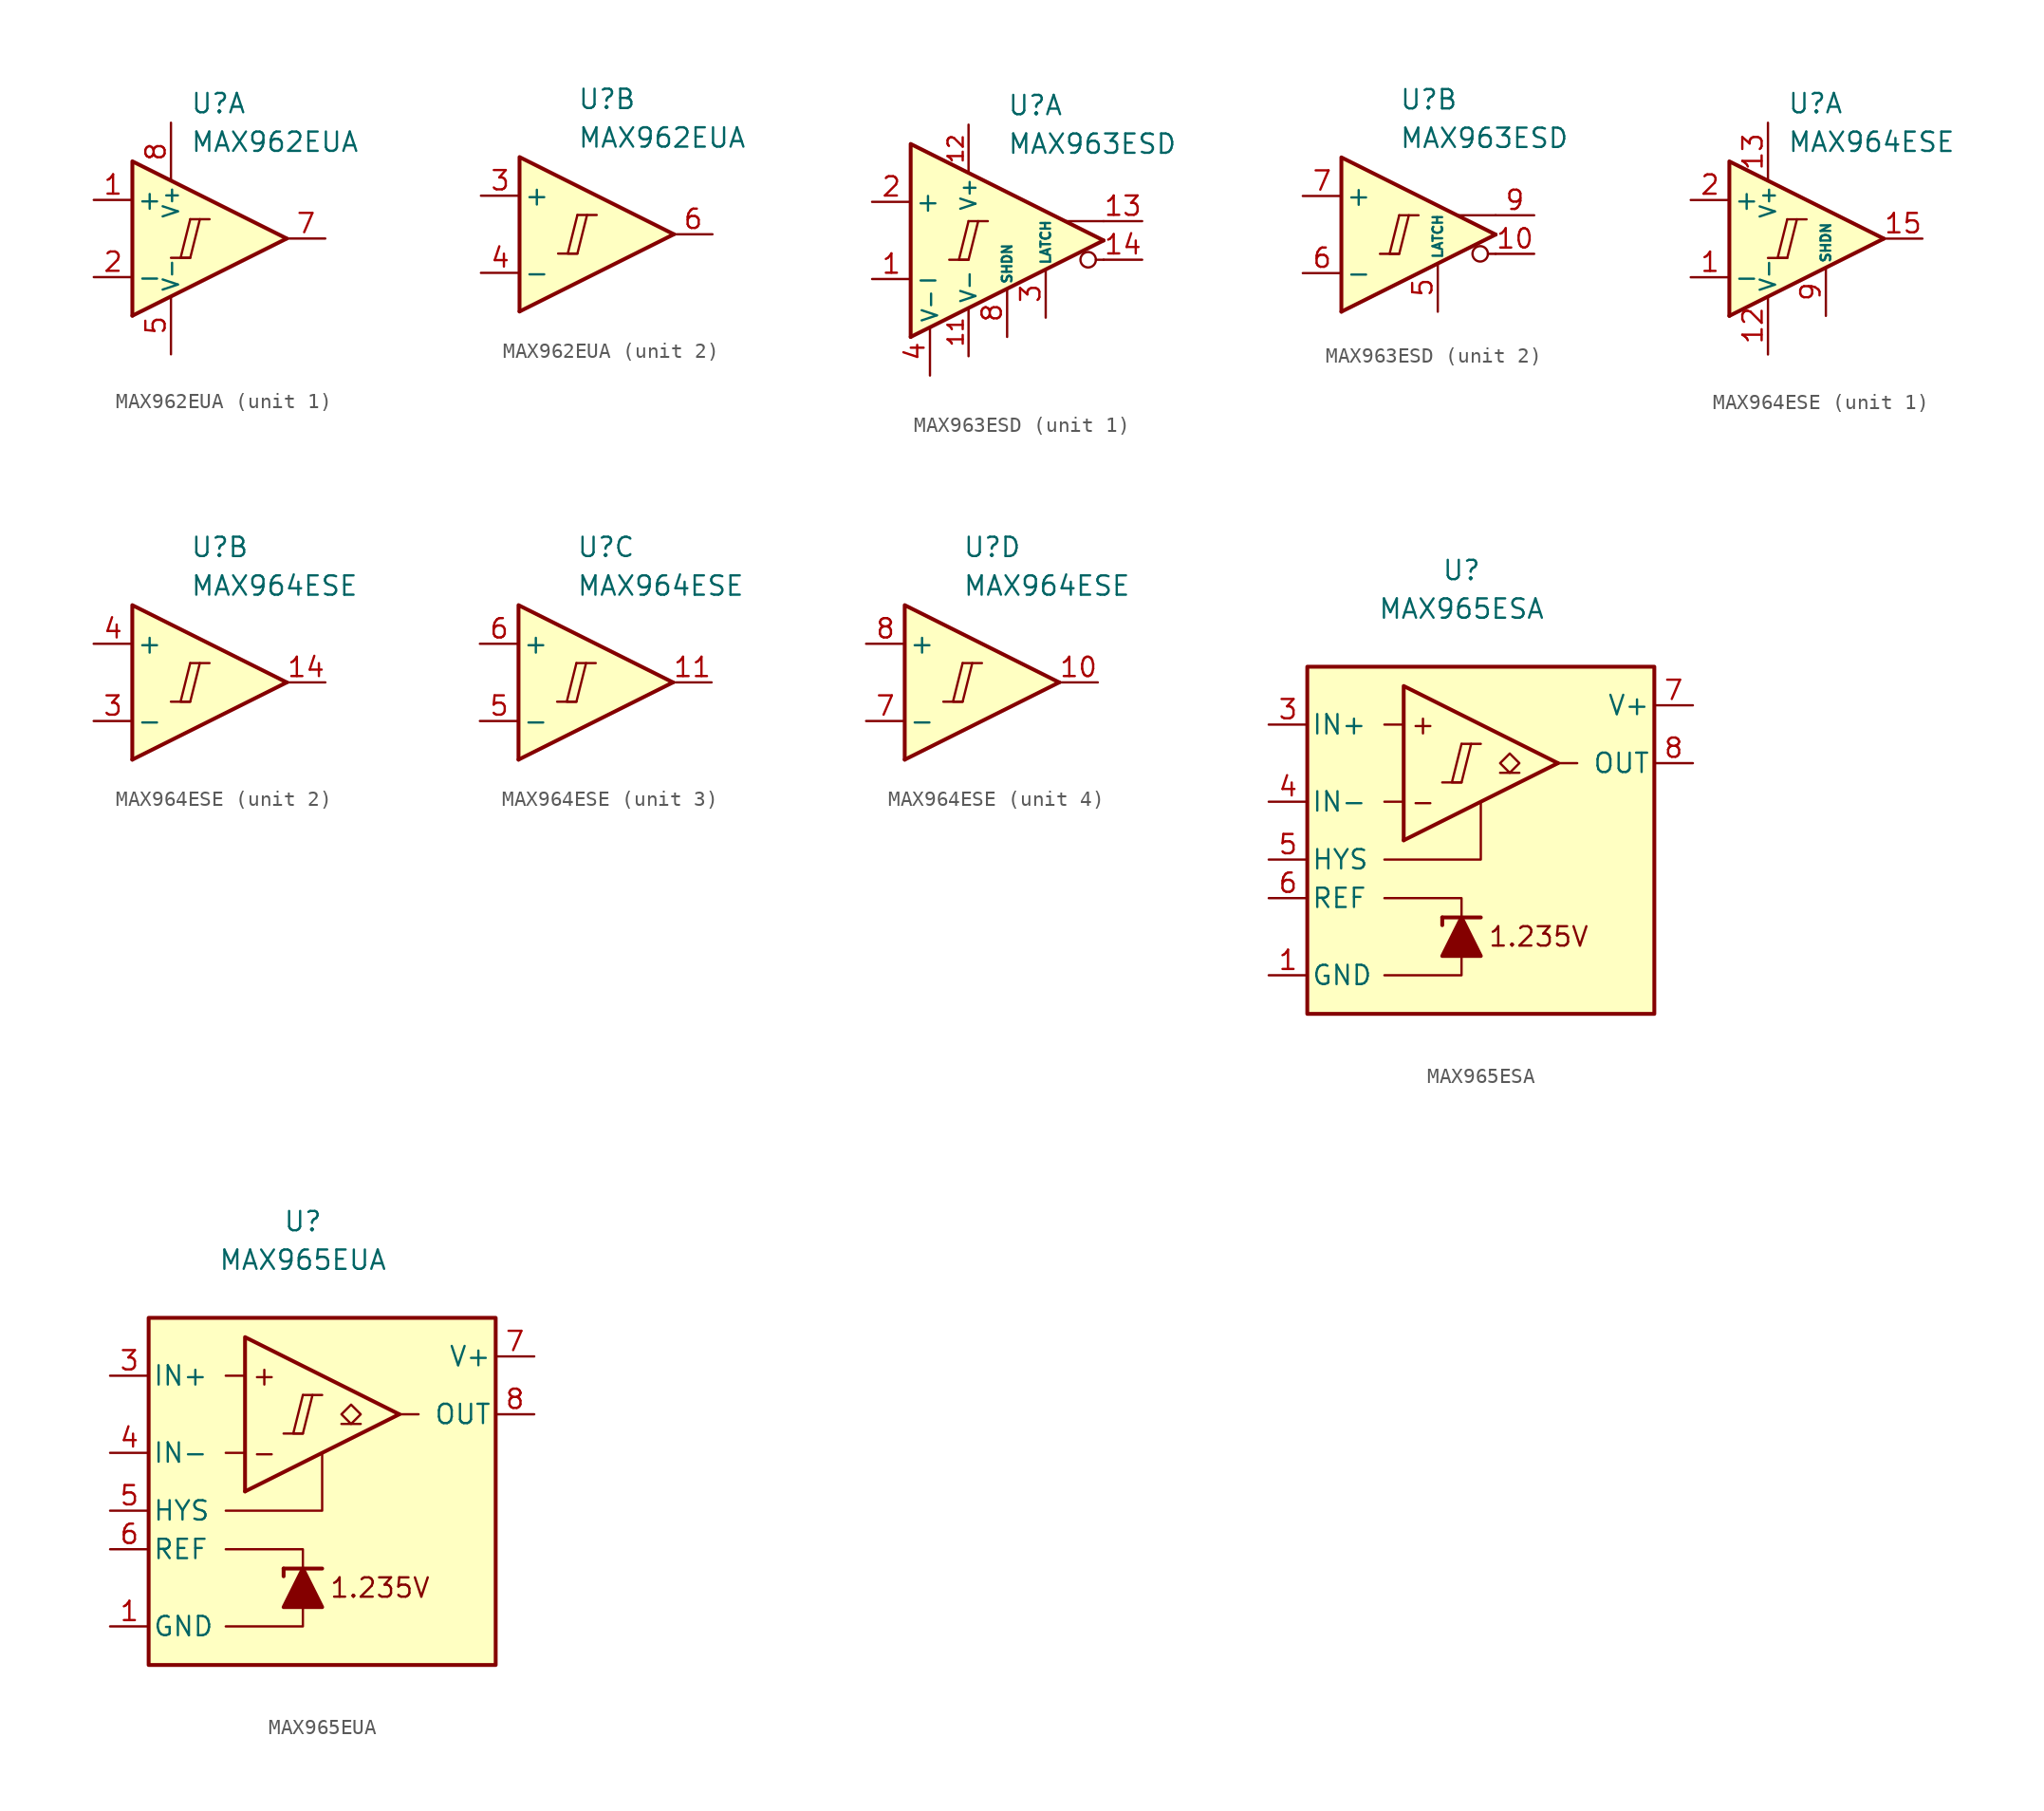
<source format=kicad_sym>
(kicad_symbol_lib
  (version 20231120)
  (generator "kicad_symbol_editor")
  (generator_version "8.0")
  (symbol "MAX962EUA"
    (pin_names
      (offset 0.254))
    (property "Reference" "U"
      (at 0 8.89 0)
      (effects (font (size 1.27 1.27)) (justify left)))
    (property "Value" "MAX962EUA"
      (at 0 6.35 0)
      (effects (font (size 1.27 1.27)) (justify left)))
    (property "ki_locked" ""
      (at 0 0 0)
      (effects (font (size 1.27 1.27))))
    (symbol "MAX962EUA_0_0"
      (polyline (pts (xy -1.27 -1.27) (xy 0 -1.27)) (stroke (width 0.152) (type default)) (fill (type none)))
      (polyline (pts (xy 0 1.27) (xy 1.27 1.27)) (stroke (width 0.152) (type default)) (fill (type none)))
      (polyline (pts (xy 6.35 0) (xy -3.81 -5.08)) (stroke (width 0.254) (type default)) (fill (type none)))
      (polyline (pts (xy 6.35 0) (xy -3.81 5.08) (xy -3.81 -5.08)) (stroke (width 0.254) (type default)) (fill (type background)))
      (polyline (pts (xy 0 1.27) (xy -0.635 -1.27) (xy 0 -1.27) (xy 0.635 1.27)) (stroke (width 0.152) (type default)) (fill (type none))))
    (symbol "MAX962EUA_1_1"
      (pin input line (at -6.35 2.54 0) (length 2.54) (name "+" (effects (font (size 1.27 1.27)))) (number "1" (effects (font (size 1.27 1.27)))))
      (pin input line (at -6.35 -2.54 0) (length 2.54) (name "-" (effects (font (size 1.27 1.27)))) (number "2" (effects (font (size 1.27 1.27)))))
      (pin power_in line (at -1.27 -7.62 90) (length 3.81) (name "V-" (effects (font (size 1 1)))) (number "5" (effects (font (size 1.27 1.27)))))
      (pin output line (at 8.89 0 180) (length 2.54) (name "~" (effects (font (size 1.27 1.27)))) (number "7" (effects (font (size 1.27 1.27)))))
      (pin power_in line (at -1.27 7.62 270) (length 3.81) (name "V+" (effects (font (size 1 1)))) (number "8" (effects (font (size 1.27 1.27))))))
    (symbol "MAX962EUA_2_1"
      (pin input line (at -6.35 2.54 0) (length 2.54) (name "+" (effects (font (size 1.27 1.27)))) (number "3" (effects (font (size 1.27 1.27)))))
      (pin input line (at -6.35 -2.54 0) (length 2.54) (name "-" (effects (font (size 1.27 1.27)))) (number "4" (effects (font (size 1.27 1.27)))))
      (pin output line (at 8.89 0 180) (length 2.54) (name "~" (effects (font (size 1.27 1.27)))) (number "6" (effects (font (size 1.27 1.27)))))))
  (symbol "MAX963ESD"
    (pin_names
      (offset 0.254))
    (property "Reference" "U"
      (at 0 8.89 0)
      (effects (font (size 1.27 1.27)) (justify left)))
    (property "Value" "MAX963ESD"
      (at 0 6.35 0)
      (effects (font (size 1.27 1.27)) (justify left)))
    (property "ki_locked" ""
      (at 0 0 0)
      (effects (font (size 1.27 1.27))))
    (symbol "MAX963ESD_0_0"
      (polyline (pts (xy 6.35 -1.27) (xy 5.842 -1.27)) (stroke (width 0.152) (type default)) (fill (type none)))
      (polyline (pts (xy 6.35 1.27) (xy 3.81 1.27)) (stroke (width 0.152) (type default)) (fill (type none)))
      (circle (center 5.334 -1.27) (radius 0.508) (stroke (width 0.152) (type default)) (fill (type none))))
    (symbol "MAX963ESD_1_0"
      (polyline (pts (xy -3.81 -1.27) (xy -2.54 -1.27)) (stroke (width 0.152) (type default)) (fill (type none)))
      (polyline (pts (xy -2.54 1.27) (xy -1.27 1.27)) (stroke (width 0.152) (type default)) (fill (type none)))
      (polyline (pts (xy 6.35 0) (xy -6.35 -6.35)) (stroke (width 0.254) (type default)) (fill (type none)))
      (polyline (pts (xy 6.35 0) (xy -6.35 6.35) (xy -6.35 -6.35)) (stroke (width 0.254) (type default)) (fill (type background)))
      (polyline (pts (xy -2.54 1.27) (xy -3.175 -1.27) (xy -2.54 -1.27) (xy -1.905 1.27)) (stroke (width 0.152) (type default)) (fill (type none))))
    (symbol "MAX963ESD_1_1"
      (pin input line (at -8.89 -2.54 0) (length 2.54) (name "-" (effects (font (size 1.27 1.27)))) (number "1" (effects (font (size 1.27 1.27)))))
      (pin power_in line (at -2.54 -7.62 90) (length 3.18) (name "V-" (effects (font (size 1 1)))) (number "11" (effects (font (size 1 1)))))
      (pin power_in line (at -2.54 7.62 270) (length 3.18) (name "V+" (effects (font (size 1 1)))) (number "12" (effects (font (size 1 1)))))
      (pin output line (at 8.89 1.27 180) (length 2.54) (name "~" (effects (font (size 1.27 1.27)))) (number "13" (effects (font (size 1.27 1.27)))))
      (pin output line (at 8.89 -1.27 180) (length 2.54) (name "~" (effects (font (size 1.27 1.27)))) (number "14" (effects (font (size 1.27 1.27)))))
      (pin input line (at -8.89 2.54 0) (length 2.54) (name "+" (effects (font (size 1.27 1.27)))) (number "2" (effects (font (size 1.27 1.27)))))
      (pin input line (at 2.54 -5.08 90) (length 3.18) (name "LATCH" (effects (font (size 0.635 0.635)))) (number "3" (effects (font (size 1.27 1.27)))))
      (pin power_in line (at -5.08 -8.89 90) (length 3.18) (name "V-" (effects (font (size 1 1)))) (number "4" (effects (font (size 1.27 1.27)))))
      (pin input line (at 0 -6.35 90) (length 3.18) (name "SHDN" (effects (font (size 0.635 0.635)))) (number "8" (effects (font (size 1.27 1.27))))))
    (symbol "MAX963ESD_2_0"
      (polyline (pts (xy -1.27 -1.27) (xy 0 -1.27)) (stroke (width 0.152) (type default)) (fill (type none)))
      (polyline (pts (xy 0 1.27) (xy 1.27 1.27)) (stroke (width 0.152) (type default)) (fill (type none)))
      (polyline (pts (xy 6.35 0) (xy -3.81 -5.08)) (stroke (width 0.254) (type default)) (fill (type none)))
      (polyline (pts (xy 6.35 0) (xy -3.81 5.08) (xy -3.81 -5.08)) (stroke (width 0.254) (type default)) (fill (type background)))
      (polyline (pts (xy 0 1.27) (xy -0.635 -1.27) (xy 0 -1.27) (xy 0.635 1.27)) (stroke (width 0.152) (type default)) (fill (type none))))
    (symbol "MAX963ESD_2_1"
      (pin output line (at 8.89 -1.27 180) (length 2.54) (name "~" (effects (font (size 1.27 1.27)))) (number "10" (effects (font (size 1.27 1.27)))))
      (pin input line (at 2.54 -5.08 90) (length 3.18) (name "LATCH" (effects (font (size 0.635 0.635)))) (number "5" (effects (font (size 1.27 1.27)))))
      (pin input line (at -6.35 -2.54 0) (length 2.54) (name "-" (effects (font (size 1.27 1.27)))) (number "6" (effects (font (size 1.27 1.27)))))
      (pin input line (at -6.35 2.54 0) (length 2.54) (name "+" (effects (font (size 1.27 1.27)))) (number "7" (effects (font (size 1.27 1.27)))))
      (pin output line (at 8.89 1.27 180) (length 2.54) (name "~" (effects (font (size 1.27 1.27)))) (number "9" (effects (font (size 1.27 1.27)))))))
  (symbol "MAX964ESE"
    (pin_names
      (offset 0.254))
    (property "Reference" "U"
      (at 0 8.89 0)
      (effects (font (size 1.27 1.27)) (justify left)))
    (property "Value" "MAX964ESE"
      (at 0 6.35 0)
      (effects (font (size 1.27 1.27)) (justify left)))
    (property "ki_locked" ""
      (at 0 0 0)
      (effects (font (size 1.27 1.27))))
    (symbol "MAX964ESE_0_0"
      (polyline (pts (xy -1.27 -1.27) (xy 0 -1.27)) (stroke (width 0.152) (type default)) (fill (type none)))
      (polyline (pts (xy 0 1.27) (xy 1.27 1.27)) (stroke (width 0.152) (type default)) (fill (type none)))
      (polyline (pts (xy 6.35 0) (xy -3.81 -5.08)) (stroke (width 0.254) (type default)) (fill (type none)))
      (polyline (pts (xy 6.35 0) (xy -3.81 5.08) (xy -3.81 -5.08)) (stroke (width 0.254) (type default)) (fill (type background)))
      (polyline (pts (xy 0 1.27) (xy -0.635 -1.27) (xy 0 -1.27) (xy 0.635 1.27)) (stroke (width 0.152) (type default)) (fill (type none))))
    (symbol "MAX964ESE_1_1"
      (pin input line (at -6.35 -2.54 0) (length 2.54) (name "-" (effects (font (size 1.27 1.27)))) (number "1" (effects (font (size 1.27 1.27)))))
      (pin power_in line (at -1.27 -7.62 90) (length 3.81) (name "V-" (effects (font (size 1 1)))) (number "12" (effects (font (size 1.27 1.27)))))
      (pin power_in line (at -1.27 7.62 270) (length 3.81) (name "V+" (effects (font (size 1 1)))) (number "13" (effects (font (size 1.27 1.27)))))
      (pin output line (at 8.89 0 180) (length 2.54) (name "~" (effects (font (size 1.27 1.27)))) (number "15" (effects (font (size 1.27 1.27)))))
      (pin free line (at -1.27 0 0) (length 2.54) hide (name "NC" (effects (font (size 1.27 1.27)))) (number "16" (effects (font (size 1.27 1.27)))))
      (pin input line (at -6.35 2.54 0) (length 2.54) (name "+" (effects (font (size 1.27 1.27)))) (number "2" (effects (font (size 1.27 1.27)))))
      (pin input line (at 2.54 -5.08 90) (length 3.18) (name "SHDN" (effects (font (size 0.635 0.635)))) (number "9" (effects (font (size 1.27 1.27))))))
    (symbol "MAX964ESE_2_1"
      (pin output line (at 8.89 0 180) (length 2.54) (name "~" (effects (font (size 1.27 1.27)))) (number "14" (effects (font (size 1.27 1.27)))))
      (pin input line (at -6.35 -2.54 0) (length 2.54) (name "-" (effects (font (size 1.27 1.27)))) (number "3" (effects (font (size 1.27 1.27)))))
      (pin input line (at -6.35 2.54 0) (length 2.54) (name "+" (effects (font (size 1.27 1.27)))) (number "4" (effects (font (size 1.27 1.27))))))
    (symbol "MAX964ESE_3_1"
      (pin output line (at 8.89 0 180) (length 2.54) (name "~" (effects (font (size 1.27 1.27)))) (number "11" (effects (font (size 1.27 1.27)))))
      (pin input line (at -6.35 -2.54 0) (length 2.54) (name "-" (effects (font (size 1.27 1.27)))) (number "5" (effects (font (size 1.27 1.27)))))
      (pin input line (at -6.35 2.54 0) (length 2.54) (name "+" (effects (font (size 1.27 1.27)))) (number "6" (effects (font (size 1.27 1.27))))))
    (symbol "MAX964ESE_4_1"
      (pin output line (at 8.89 0 180) (length 2.54) (name "~" (effects (font (size 1.27 1.27)))) (number "10" (effects (font (size 1.27 1.27)))))
      (pin input line (at -6.35 -2.54 0) (length 2.54) (name "-" (effects (font (size 1.27 1.27)))) (number "7" (effects (font (size 1.27 1.27)))))
      (pin input line (at -6.35 2.54 0) (length 2.54) (name "+" (effects (font (size 1.27 1.27)))) (number "8" (effects (font (size 1.27 1.27)))))))
  (symbol "MAX965ESA"
    (pin_names
      (offset 0.254))
    (property "Reference" "U"
      (at 0 16.51 0)
      (effects (font (size 1.27 1.27))))
    (property "Value" "MAX965ESA"
      (at 0 13.97 0)
      (effects (font (size 1.27 1.27))))
    (symbol "MAX965ESA_0_0"
      (polyline (pts (xy -1.27 2.54) (xy 0 2.54)) (stroke (width 0.152) (type default)) (fill (type none)))
      (polyline (pts (xy 0 5.08) (xy 1.27 5.08)) (stroke (width 0.152) (type default)) (fill (type none)))
      (polyline (pts (xy 6.35 3.81) (xy -3.81 -1.27)) (stroke (width 0.254) (type default)) (fill (type none)))
      (polyline (pts (xy 6.35 3.81) (xy -3.81 8.89) (xy -3.81 -1.27)) (stroke (width 0.254) (type default)) (fill (type background)))
      (polyline (pts (xy 0 5.08) (xy -0.635 2.54) (xy 0 2.54) (xy 0.635 5.08)) (stroke (width 0.152) (type default)) (fill (type none)))
      (text "+" (at -2.54 6.35 0) (effects (font (size 1.27 1.27))))
      (text "-" (at -2.54 1.27 0) (effects (font (size 1.27 1.27))))
      (text "1.235V" (at 5.08 -7.62 0) (effects (font (size 1.27 1.27)))))
    (symbol "MAX965ESA_0_1"
      (polyline (pts (xy -3.81 1.27) (xy -5.08 1.27)) (stroke (width 0) (type default)) (fill (type none)))
      (polyline (pts (xy -3.81 6.35) (xy -5.08 6.35)) (stroke (width 0) (type default)) (fill (type none)))
      (polyline (pts (xy -1.27 -6.35) (xy -1.27 -6.858)) (stroke (width 0.254) (type default)) (fill (type none)))
      (polyline (pts (xy -1.27 -6.35) (xy 1.27 -6.35)) (stroke (width 0.254) (type default)) (fill (type none)))
      (polyline (pts (xy 6.35 3.81) (xy 7.62 3.81)) (stroke (width 0) (type default)) (fill (type none)))
      (polyline (pts (xy 0 -8.89) (xy 0 -10.16) (xy -5.08 -10.16)) (stroke (width 0) (type default)) (fill (type none)))
      (polyline (pts (xy 0 -6.35) (xy 0 -5.08) (xy -5.08 -5.08)) (stroke (width 0) (type default)) (fill (type none)))
      (polyline (pts (xy 1.27 1.27) (xy 1.27 -2.54) (xy -5.08 -2.54)) (stroke (width 0) (type default)) (fill (type none)))
      (polyline (pts (xy 1.27 -8.89) (xy -1.27 -8.89) (xy 0 -6.35) (xy 1.27 -8.89)) (stroke (width 0.254) (type default)) (fill (type outline)))
      (rectangle (start 12.7 10.16) (end -10.16 -12.7) (stroke (width 0.254) (type default)) (fill (type background))))
    (symbol "MAX965ESA_1_1"
      (polyline (pts (xy 3.81 3.175) (xy 2.54 3.175)) (stroke (width 0.152) (type default)) (fill (type none)))
      (polyline (pts (xy 3.175 3.175) (xy 2.54 3.81) (xy 3.175 4.445) (xy 3.81 3.81) (xy 3.175 3.175)) (stroke (width 0.152) (type default)) (fill (type none)))
      (pin power_in line (at -12.7 -10.16 0) (length 2.54) (name "GND" (effects (font (size 1.27 1.27)))) (number "1" (effects (font (size 1.27 1.27)))))
      (pin free line (at 0 0 0) (length 2.54) hide (name "NC" (effects (font (size 1.27 1.27)))) (number "2" (effects (font (size 1.27 1.27)))))
      (pin input line (at -12.7 6.35 0) (length 2.54) (name "IN+" (effects (font (size 1.27 1.27)))) (number "3" (effects (font (size 1.27 1.27)))))
      (pin input line (at -12.7 1.27 0) (length 2.54) (name "IN-" (effects (font (size 1.27 1.27)))) (number "4" (effects (font (size 1.27 1.27)))))
      (pin input line (at -12.7 -2.54 0) (length 2.54) (name "HYS" (effects (font (size 1.27 1.27)))) (number "5" (effects (font (size 1.27 1.27)))))
      (pin output line (at -12.7 -5.08 0) (length 2.54) (name "REF" (effects (font (size 1.27 1.27)))) (number "6" (effects (font (size 1.27 1.27)))))
      (pin power_in line (at 15.24 7.62 180) (length 2.54) (name "V+" (effects (font (size 1.27 1.27)))) (number "7" (effects (font (size 1.27 1.27)))))
      (pin open_collector line (at 15.24 3.81 180) (length 2.54) (name "OUT" (effects (font (size 1.27 1.27)))) (number "8" (effects (font (size 1.27 1.27)))))))
  (symbol "MAX965EUA"
    (pin_names
      (offset 0.254))
    (property "Reference" "U"
      (at 0 16.51 0)
      (effects (font (size 1.27 1.27))))
    (property "Value" "MAX965EUA"
      (at 0 13.97 0)
      (effects (font (size 1.27 1.27))))
    (symbol "MAX965EUA_0_0"
      (polyline (pts (xy -1.27 2.54) (xy 0 2.54)) (stroke (width 0.152) (type default)) (fill (type none)))
      (polyline (pts (xy 0 5.08) (xy 1.27 5.08)) (stroke (width 0.152) (type default)) (fill (type none)))
      (polyline (pts (xy 6.35 3.81) (xy -3.81 -1.27)) (stroke (width 0.254) (type default)) (fill (type none)))
      (polyline (pts (xy 6.35 3.81) (xy -3.81 8.89) (xy -3.81 -1.27)) (stroke (width 0.254) (type default)) (fill (type background)))
      (polyline (pts (xy 0 5.08) (xy -0.635 2.54) (xy 0 2.54) (xy 0.635 5.08)) (stroke (width 0.152) (type default)) (fill (type none)))
      (text "+" (at -2.54 6.35 0) (effects (font (size 1.27 1.27))))
      (text "-" (at -2.54 1.27 0) (effects (font (size 1.27 1.27))))
      (text "1.235V" (at 5.08 -7.62 0) (effects (font (size 1.27 1.27)))))
    (symbol "MAX965EUA_0_1"
      (polyline (pts (xy -3.81 1.27) (xy -5.08 1.27)) (stroke (width 0) (type default)) (fill (type none)))
      (polyline (pts (xy -3.81 6.35) (xy -5.08 6.35)) (stroke (width 0) (type default)) (fill (type none)))
      (polyline (pts (xy -1.27 -6.35) (xy -1.27 -6.858)) (stroke (width 0.254) (type default)) (fill (type none)))
      (polyline (pts (xy -1.27 -6.35) (xy 1.27 -6.35)) (stroke (width 0.254) (type default)) (fill (type none)))
      (polyline (pts (xy 6.35 3.81) (xy 7.62 3.81)) (stroke (width 0) (type default)) (fill (type none)))
      (polyline (pts (xy 0 -8.89) (xy 0 -10.16) (xy -5.08 -10.16)) (stroke (width 0) (type default)) (fill (type none)))
      (polyline (pts (xy 0 -6.35) (xy 0 -5.08) (xy -5.08 -5.08)) (stroke (width 0) (type default)) (fill (type none)))
      (polyline (pts (xy 1.27 1.27) (xy 1.27 -2.54) (xy -5.08 -2.54)) (stroke (width 0) (type default)) (fill (type none)))
      (polyline (pts (xy 1.27 -8.89) (xy -1.27 -8.89) (xy 0 -6.35) (xy 1.27 -8.89)) (stroke (width 0.254) (type default)) (fill (type outline)))
      (rectangle (start 12.7 10.16) (end -10.16 -12.7) (stroke (width 0.254) (type default)) (fill (type background))))
    (symbol "MAX965EUA_1_1"
      (polyline (pts (xy 3.81 3.175) (xy 2.54 3.175)) (stroke (width 0.152) (type default)) (fill (type none)))
      (polyline (pts (xy 3.175 3.175) (xy 2.54 3.81) (xy 3.175 4.445) (xy 3.81 3.81) (xy 3.175 3.175)) (stroke (width 0.152) (type default)) (fill (type none)))
      (pin power_in line (at -12.7 -10.16 0) (length 2.54) (name "GND" (effects (font (size 1.27 1.27)))) (number "1" (effects (font (size 1.27 1.27)))))
      (pin free line (at 0 0 0) (length 2.54) hide (name "NC" (effects (font (size 1.27 1.27)))) (number "2" (effects (font (size 1.27 1.27)))))
      (pin input line (at -12.7 6.35 0) (length 2.54) (name "IN+" (effects (font (size 1.27 1.27)))) (number "3" (effects (font (size 1.27 1.27)))))
      (pin input line (at -12.7 1.27 0) (length 2.54) (name "IN-" (effects (font (size 1.27 1.27)))) (number "4" (effects (font (size 1.27 1.27)))))
      (pin input line (at -12.7 -2.54 0) (length 2.54) (name "HYS" (effects (font (size 1.27 1.27)))) (number "5" (effects (font (size 1.27 1.27)))))
      (pin output line (at -12.7 -5.08 0) (length 2.54) (name "REF" (effects (font (size 1.27 1.27)))) (number "6" (effects (font (size 1.27 1.27)))))
      (pin power_in line (at 15.24 7.62 180) (length 2.54) (name "V+" (effects (font (size 1.27 1.27)))) (number "7" (effects (font (size 1.27 1.27)))))
      (pin open_collector line (at 15.24 3.81 180) (length 2.54) (name "OUT" (effects (font (size 1.27 1.27)))) (number "8" (effects (font (size 1.27 1.27))))))))
</source>
